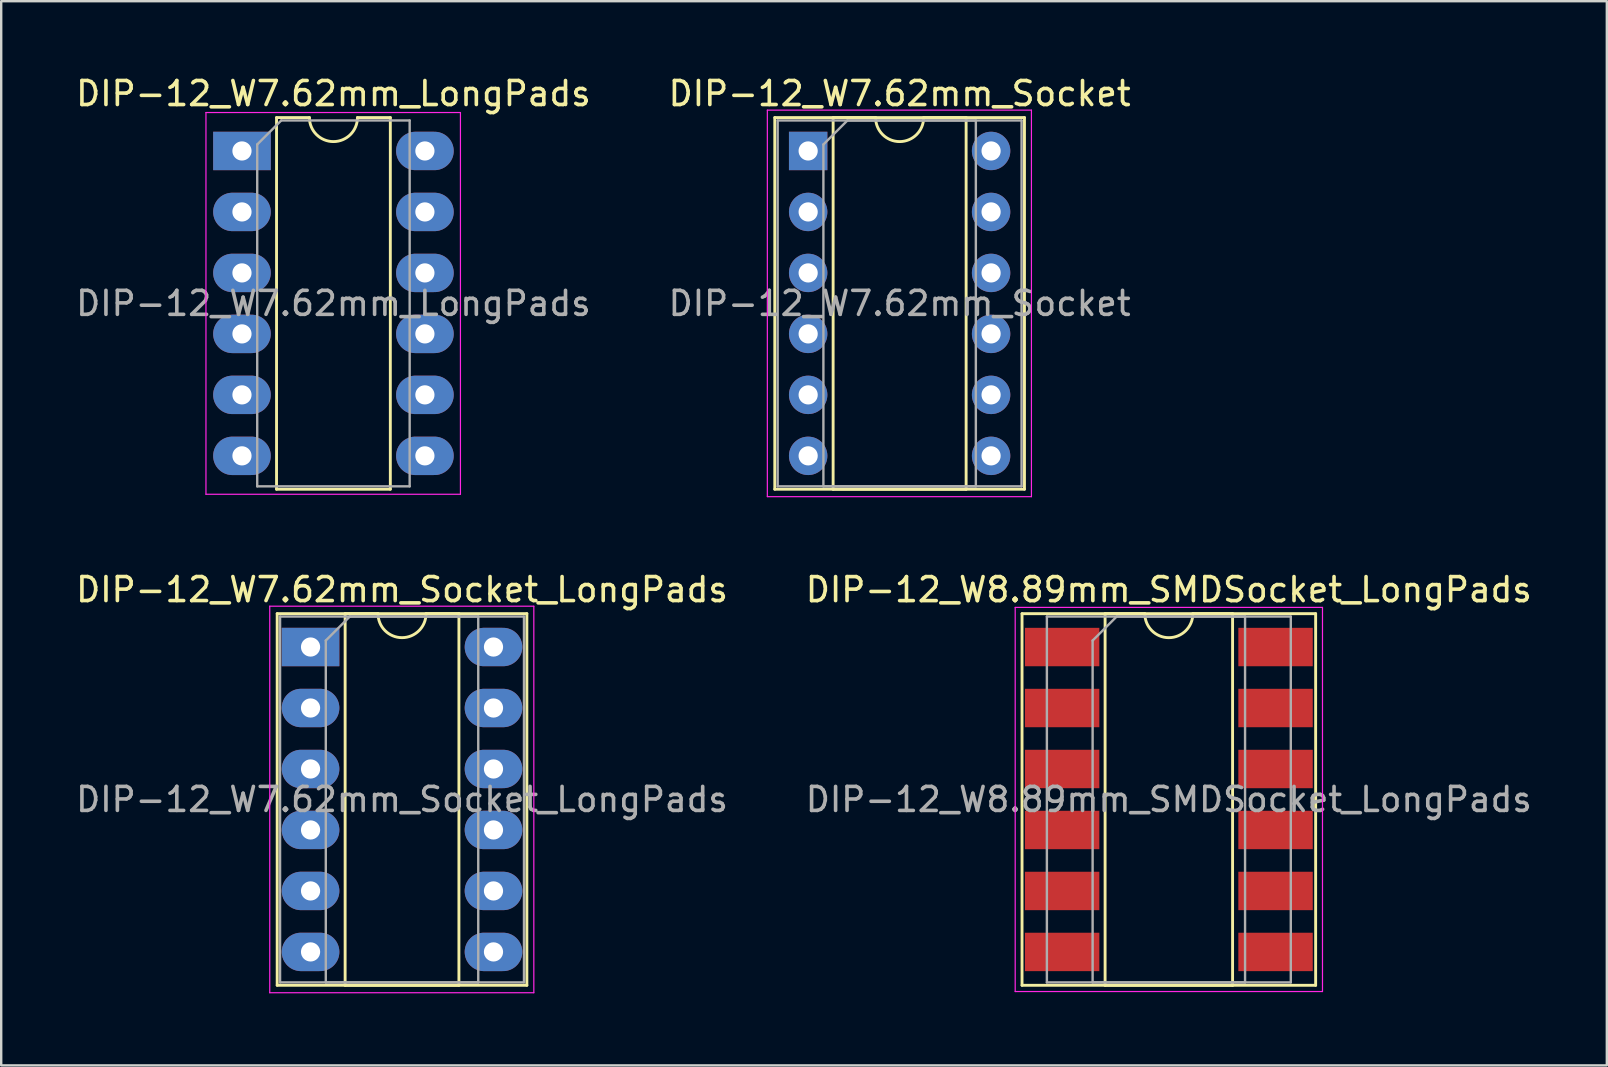
<source format=kicad_pcb>
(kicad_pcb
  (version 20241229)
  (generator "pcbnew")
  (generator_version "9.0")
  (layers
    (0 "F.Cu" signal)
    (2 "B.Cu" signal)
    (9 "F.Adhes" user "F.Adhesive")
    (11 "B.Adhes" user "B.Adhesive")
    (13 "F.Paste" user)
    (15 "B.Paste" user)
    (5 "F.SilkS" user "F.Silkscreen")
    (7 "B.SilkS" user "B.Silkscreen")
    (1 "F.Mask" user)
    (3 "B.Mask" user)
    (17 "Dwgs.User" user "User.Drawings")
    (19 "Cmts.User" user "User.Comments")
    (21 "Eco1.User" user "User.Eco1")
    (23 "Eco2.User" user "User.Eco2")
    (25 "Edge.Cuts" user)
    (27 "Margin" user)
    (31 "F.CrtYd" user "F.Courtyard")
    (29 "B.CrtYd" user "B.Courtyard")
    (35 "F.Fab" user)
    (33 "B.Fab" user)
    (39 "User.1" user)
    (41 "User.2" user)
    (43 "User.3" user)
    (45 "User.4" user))
  (footprint "DIP-12_W7.62mm_Socket"
    (layer "F.Cu")
    (at 30.613 3.238)
    (property "Reference" "DIP-12_W7.62mm_Socket" (at 3.81 -2.39 0) (layer "F.SilkS") (effects (font (size 1 1) (thickness 0.15))))
    (attr through_hole)
    (fp_line (start -1.39 -1.39) (end -1.39 14.09) (stroke (width 0.12) (type solid)) (layer "F.SilkS"))
    (fp_line (start -1.39 14.09) (end 9.01 14.09) (stroke (width 0.12) (type solid)) (layer "F.SilkS"))
    (fp_line (start 1.04 -1.39) (end 1.04 14.09) (stroke (width 0.12) (type solid)) (layer "F.SilkS"))
    (fp_line (start 1.04 14.09) (end 6.58 14.09) (stroke (width 0.12) (type solid)) (layer "F.SilkS"))
    (fp_line (start 2.81 -1.39) (end 1.04 -1.39) (stroke (width 0.12) (type solid)) (layer "F.SilkS"))
    (fp_line (start 6.58 -1.39) (end 4.81 -1.39) (stroke (width 0.12) (type solid)) (layer "F.SilkS"))
    (fp_line (start 6.58 14.09) (end 6.58 -1.39) (stroke (width 0.12) (type solid)) (layer "F.SilkS"))
    (fp_line (start 9.01 -1.39) (end -1.39 -1.39) (stroke (width 0.12) (type solid)) (layer "F.SilkS"))
    (fp_line (start 9.01 14.09) (end 9.01 -1.39) (stroke (width 0.12) (type solid)) (layer "F.SilkS"))
    (fp_arc (start 4.81 -1.39) (mid 3.81 -0.39) (end 2.81 -1.39) (stroke (width 0.12) (type solid)) (layer "F.SilkS"))
    (fp_line (start -1.7 -1.7) (end -1.7 14.4) (stroke (width 0.05) (type solid)) (layer "F.CrtYd"))
    (fp_line (start -1.7 14.4) (end 9.3 14.4) (stroke (width 0.05) (type solid)) (layer "F.CrtYd"))
    (fp_line (start 9.3 -1.7) (end -1.7 -1.7) (stroke (width 0.05) (type solid)) (layer "F.CrtYd"))
    (fp_line (start 9.3 14.4) (end 9.3 -1.7) (stroke (width 0.05) (type solid)) (layer "F.CrtYd"))
    (fp_line (start -1.27 -1.27) (end -1.27 13.97) (stroke (width 0.1) (type solid)) (layer "F.Fab"))
    (fp_line (start -1.27 13.97) (end 8.89 13.97) (stroke (width 0.1) (type solid)) (layer "F.Fab"))
    (fp_line (start 0.635 -0.27) (end 1.635 -1.27) (stroke (width 0.1) (type solid)) (layer "F.Fab"))
    (fp_line (start 0.635 13.97) (end 0.635 -0.27) (stroke (width 0.1) (type solid)) (layer "F.Fab"))
    (fp_line (start 1.635 -1.27) (end 6.985 -1.27) (stroke (width 0.1) (type solid)) (layer "F.Fab"))
    (fp_line (start 6.985 -1.27) (end 6.985 13.97) (stroke (width 0.1) (type solid)) (layer "F.Fab"))
    (fp_line (start 6.985 13.97) (end 0.635 13.97) (stroke (width 0.1) (type solid)) (layer "F.Fab"))
    (fp_line (start 8.89 -1.27) (end -1.27 -1.27) (stroke (width 0.1) (type solid)) (layer "F.Fab"))
    (fp_line (start 8.89 13.97) (end 8.89 -1.27) (stroke (width 0.1) (type solid)) (layer "F.Fab"))
    (fp_text user "${REFERENCE}" (at 3.81 6.35 0) (layer "F.Fab") (effects (font (size 1 1) (thickness 0.15))))
    (pad "1" thru_hole rect (at 0 0) (size 1.6 1.6) (drill 0.8) (layers "*.Cu" "*.Mask"))
    (pad "2" thru_hole oval (at 0 2.54) (size 1.6 1.6) (drill 0.8) (layers "*.Cu" "*.Mask"))
    (pad "3" thru_hole oval (at 0 5.08) (size 1.6 1.6) (drill 0.8) (layers "*.Cu" "*.Mask"))
    (pad "4" thru_hole oval (at 0 7.62) (size 1.6 1.6) (drill 0.8) (layers "*.Cu" "*.Mask"))
    (pad "5" thru_hole oval (at 0 10.16) (size 1.6 1.6) (drill 0.8) (layers "*.Cu" "*.Mask"))
    (pad "6" thru_hole oval (at 0 12.7) (size 1.6 1.6) (drill 0.8) (layers "*.Cu" "*.Mask"))
    (pad "7" thru_hole oval (at 7.62 12.7) (size 1.6 1.6) (drill 0.8) (layers "*.Cu" "*.Mask"))
    (pad "8" thru_hole oval (at 7.62 10.16) (size 1.6 1.6) (drill 0.8) (layers "*.Cu" "*.Mask"))
    (pad "9" thru_hole oval (at 7.62 7.62) (size 1.6 1.6) (drill 0.8) (layers "*.Cu" "*.Mask"))
    (pad "10" thru_hole oval (at 7.62 5.08) (size 1.6 1.6) (drill 0.8) (layers "*.Cu" "*.Mask"))
    (pad "11" thru_hole oval (at 7.62 2.54) (size 1.6 1.6) (drill 0.8) (layers "*.Cu" "*.Mask"))
    (pad "12" thru_hole oval (at 7.62 0) (size 1.6 1.6) (drill 0.8) (layers "*.Cu" "*.Mask")))
  (footprint "DIP-12_W8.89mm_SMDSocket_LongPads"
    (layer "F.Cu")
    (at 45.637 30.252)
    (property "Reference" "DIP-12_W8.89mm_SMDSocket_LongPads" (at 0 -8.74 0) (layer "F.SilkS") (effects (font (size 1 1) (thickness 0.15))))
    (attr smd)
    (fp_line (start -6.115 -7.74) (end -6.115 7.74) (stroke (width 0.12) (type solid)) (layer "F.SilkS"))
    (fp_line (start -6.115 7.74) (end 6.115 7.74) (stroke (width 0.12) (type solid)) (layer "F.SilkS"))
    (fp_line (start -2.655 -7.74) (end -2.655 7.74) (stroke (width 0.12) (type solid)) (layer "F.SilkS"))
    (fp_line (start -2.655 7.74) (end 2.655 7.74) (stroke (width 0.12) (type solid)) (layer "F.SilkS"))
    (fp_line (start -1 -7.74) (end -2.655 -7.74) (stroke (width 0.12) (type solid)) (layer "F.SilkS"))
    (fp_line (start 2.655 -7.74) (end 1 -7.74) (stroke (width 0.12) (type solid)) (layer "F.SilkS"))
    (fp_line (start 2.655 7.74) (end 2.655 -7.74) (stroke (width 0.12) (type solid)) (layer "F.SilkS"))
    (fp_line (start 6.115 -7.74) (end -6.115 -7.74) (stroke (width 0.12) (type solid)) (layer "F.SilkS"))
    (fp_line (start 6.115 7.74) (end 6.115 -7.74) (stroke (width 0.12) (type solid)) (layer "F.SilkS"))
    (fp_arc (start 1 -7.74) (mid 0 -6.74) (end -1 -7.74) (stroke (width 0.12) (type solid)) (layer "F.SilkS"))
    (fp_line (start -6.4 -8) (end -6.4 8) (stroke (width 0.05) (type solid)) (layer "F.CrtYd"))
    (fp_line (start -6.4 8) (end 6.4 8) (stroke (width 0.05) (type solid)) (layer "F.CrtYd"))
    (fp_line (start 6.4 -8) (end -6.4 -8) (stroke (width 0.05) (type solid)) (layer "F.CrtYd"))
    (fp_line (start 6.4 8) (end 6.4 -8) (stroke (width 0.05) (type solid)) (layer "F.CrtYd"))
    (fp_line (start -5.08 -7.62) (end -5.08 7.62) (stroke (width 0.1) (type solid)) (layer "F.Fab"))
    (fp_line (start -5.08 7.62) (end 5.08 7.62) (stroke (width 0.1) (type solid)) (layer "F.Fab"))
    (fp_line (start -3.175 -6.62) (end -2.175 -7.62) (stroke (width 0.1) (type solid)) (layer "F.Fab"))
    (fp_line (start -3.175 7.62) (end -3.175 -6.62) (stroke (width 0.1) (type solid)) (layer "F.Fab"))
    (fp_line (start -2.175 -7.62) (end 3.175 -7.62) (stroke (width 0.1) (type solid)) (layer "F.Fab"))
    (fp_line (start 3.175 -7.62) (end 3.175 7.62) (stroke (width 0.1) (type solid)) (layer "F.Fab"))
    (fp_line (start 3.175 7.62) (end -3.175 7.62) (stroke (width 0.1) (type solid)) (layer "F.Fab"))
    (fp_line (start 5.08 -7.62) (end -5.08 -7.62) (stroke (width 0.1) (type solid)) (layer "F.Fab"))
    (fp_line (start 5.08 7.62) (end 5.08 -7.62) (stroke (width 0.1) (type solid)) (layer "F.Fab"))
    (fp_text user "${REFERENCE}" (at 0 0 0) (layer "F.Fab") (effects (font (size 1 1) (thickness 0.15))))
    (pad "1" smd rect (at -4.445 -6.35) (size 3.1 1.6) (layers "F.Cu" "F.Mask" "F.Paste"))
    (pad "2" smd rect (at -4.445 -3.81) (size 3.1 1.6) (layers "F.Cu" "F.Mask" "F.Paste"))
    (pad "3" smd rect (at -4.445 -1.27) (size 3.1 1.6) (layers "F.Cu" "F.Mask" "F.Paste"))
    (pad "4" smd rect (at -4.445 1.27) (size 3.1 1.6) (layers "F.Cu" "F.Mask" "F.Paste"))
    (pad "5" smd rect (at -4.445 3.81) (size 3.1 1.6) (layers "F.Cu" "F.Mask" "F.Paste"))
    (pad "6" smd rect (at -4.445 6.35) (size 3.1 1.6) (layers "F.Cu" "F.Mask" "F.Paste"))
    (pad "7" smd rect (at 4.445 6.35) (size 3.1 1.6) (layers "F.Cu" "F.Mask" "F.Paste"))
    (pad "8" smd rect (at 4.445 3.81) (size 3.1 1.6) (layers "F.Cu" "F.Mask" "F.Paste"))
    (pad "9" smd rect (at 4.445 1.27) (size 3.1 1.6) (layers "F.Cu" "F.Mask" "F.Paste"))
    (pad "10" smd rect (at 4.445 -1.27) (size 3.1 1.6) (layers "F.Cu" "F.Mask" "F.Paste"))
    (pad "11" smd rect (at 4.445 -3.81) (size 3.1 1.6) (layers "F.Cu" "F.Mask" "F.Paste"))
    (pad "12" smd rect (at 4.445 -6.35) (size 3.1 1.6) (layers "F.Cu" "F.Mask" "F.Paste")))
  (footprint "DIP-12_W7.62mm_LongPads"
    (layer "F.Cu")
    (at 7.029 3.238)
    (property "Reference" "DIP-12_W7.62mm_LongPads" (at 3.81 -2.39 0) (layer "F.SilkS") (effects (font (size 1 1) (thickness 0.15))))
    (attr through_hole)
    (fp_line (start 1.44 -1.39) (end 1.44 14.09) (stroke (width 0.12) (type solid)) (layer "F.SilkS"))
    (fp_line (start 1.44 14.09) (end 6.18 14.09) (stroke (width 0.12) (type solid)) (layer "F.SilkS"))
    (fp_line (start 2.81 -1.39) (end 1.44 -1.39) (stroke (width 0.12) (type solid)) (layer "F.SilkS"))
    (fp_line (start 6.18 -1.39) (end 4.81 -1.39) (stroke (width 0.12) (type solid)) (layer "F.SilkS"))
    (fp_line (start 6.18 14.09) (end 6.18 -1.39) (stroke (width 0.12) (type solid)) (layer "F.SilkS"))
    (fp_arc (start 4.81 -1.39) (mid 3.81 -0.39) (end 2.81 -1.39) (stroke (width 0.12) (type solid)) (layer "F.SilkS"))
    (fp_line (start -1.5 -1.6) (end -1.5 14.3) (stroke (width 0.05) (type solid)) (layer "F.CrtYd"))
    (fp_line (start -1.5 14.3) (end 9.1 14.3) (stroke (width 0.05) (type solid)) (layer "F.CrtYd"))
    (fp_line (start 9.1 -1.6) (end -1.5 -1.6) (stroke (width 0.05) (type solid)) (layer "F.CrtYd"))
    (fp_line (start 9.1 14.3) (end 9.1 -1.6) (stroke (width 0.05) (type solid)) (layer "F.CrtYd"))
    (fp_line (start 0.635 -0.27) (end 1.635 -1.27) (stroke (width 0.1) (type solid)) (layer "F.Fab"))
    (fp_line (start 0.635 13.97) (end 0.635 -0.27) (stroke (width 0.1) (type solid)) (layer "F.Fab"))
    (fp_line (start 1.635 -1.27) (end 6.985 -1.27) (stroke (width 0.1) (type solid)) (layer "F.Fab"))
    (fp_line (start 6.985 -1.27) (end 6.985 13.97) (stroke (width 0.1) (type solid)) (layer "F.Fab"))
    (fp_line (start 6.985 13.97) (end 0.635 13.97) (stroke (width 0.1) (type solid)) (layer "F.Fab"))
    (fp_text user "${REFERENCE}" (at 3.81 6.35 0) (layer "F.Fab") (effects (font (size 1 1) (thickness 0.15))))
    (pad "1" thru_hole rect (at 0 0) (size 2.4 1.6) (drill 0.8) (layers "*.Cu" "*.Mask"))
    (pad "2" thru_hole oval (at 0 2.54) (size 2.4 1.6) (drill 0.8) (layers "*.Cu" "*.Mask"))
    (pad "3" thru_hole oval (at 0 5.08) (size 2.4 1.6) (drill 0.8) (layers "*.Cu" "*.Mask"))
    (pad "4" thru_hole oval (at 0 7.62) (size 2.4 1.6) (drill 0.8) (layers "*.Cu" "*.Mask"))
    (pad "5" thru_hole oval (at 0 10.16) (size 2.4 1.6) (drill 0.8) (layers "*.Cu" "*.Mask"))
    (pad "6" thru_hole oval (at 0 12.7) (size 2.4 1.6) (drill 0.8) (layers "*.Cu" "*.Mask"))
    (pad "7" thru_hole oval (at 7.62 12.7) (size 2.4 1.6) (drill 0.8) (layers "*.Cu" "*.Mask"))
    (pad "8" thru_hole oval (at 7.62 10.16) (size 2.4 1.6) (drill 0.8) (layers "*.Cu" "*.Mask"))
    (pad "9" thru_hole oval (at 7.62 7.62) (size 2.4 1.6) (drill 0.8) (layers "*.Cu" "*.Mask"))
    (pad "10" thru_hole oval (at 7.62 5.08) (size 2.4 1.6) (drill 0.8) (layers "*.Cu" "*.Mask"))
    (pad "11" thru_hole oval (at 7.62 2.54) (size 2.4 1.6) (drill 0.8) (layers "*.Cu" "*.Mask"))
    (pad "12" thru_hole oval (at 7.62 0) (size 2.4 1.6) (drill 0.8) (layers "*.Cu" "*.Mask")))
  (footprint "DIP-12_W7.62mm_Socket_LongPads"
    (layer "F.Cu")
    (at 9.886 23.901)
    (property "Reference" "DIP-12_W7.62mm_Socket_LongPads" (at 3.81 -2.39 0) (layer "F.SilkS") (effects (font (size 1 1) (thickness 0.15))))
    (attr through_hole)
    (fp_line (start -1.39 -1.39) (end -1.39 14.09) (stroke (width 0.12) (type solid)) (layer "F.SilkS"))
    (fp_line (start -1.39 14.09) (end 9.01 14.09) (stroke (width 0.12) (type solid)) (layer "F.SilkS"))
    (fp_line (start 1.44 -1.39) (end 1.44 14.09) (stroke (width 0.12) (type solid)) (layer "F.SilkS"))
    (fp_line (start 1.44 14.09) (end 6.18 14.09) (stroke (width 0.12) (type solid)) (layer "F.SilkS"))
    (fp_line (start 2.81 -1.39) (end 1.44 -1.39) (stroke (width 0.12) (type solid)) (layer "F.SilkS"))
    (fp_line (start 6.18 -1.39) (end 4.81 -1.39) (stroke (width 0.12) (type solid)) (layer "F.SilkS"))
    (fp_line (start 6.18 14.09) (end 6.18 -1.39) (stroke (width 0.12) (type solid)) (layer "F.SilkS"))
    (fp_line (start 9.01 -1.39) (end -1.39 -1.39) (stroke (width 0.12) (type solid)) (layer "F.SilkS"))
    (fp_line (start 9.01 14.09) (end 9.01 -1.39) (stroke (width 0.12) (type solid)) (layer "F.SilkS"))
    (fp_arc (start 4.81 -1.39) (mid 3.81 -0.39) (end 2.81 -1.39) (stroke (width 0.12) (type solid)) (layer "F.SilkS"))
    (fp_line (start -1.7 -1.7) (end -1.7 14.4) (stroke (width 0.05) (type solid)) (layer "F.CrtYd"))
    (fp_line (start -1.7 14.4) (end 9.3 14.4) (stroke (width 0.05) (type solid)) (layer "F.CrtYd"))
    (fp_line (start 9.3 -1.7) (end -1.7 -1.7) (stroke (width 0.05) (type solid)) (layer "F.CrtYd"))
    (fp_line (start 9.3 14.4) (end 9.3 -1.7) (stroke (width 0.05) (type solid)) (layer "F.CrtYd"))
    (fp_line (start -1.27 -1.27) (end -1.27 13.97) (stroke (width 0.1) (type solid)) (layer "F.Fab"))
    (fp_line (start -1.27 13.97) (end 8.89 13.97) (stroke (width 0.1) (type solid)) (layer "F.Fab"))
    (fp_line (start 0.635 -0.27) (end 1.635 -1.27) (stroke (width 0.1) (type solid)) (layer "F.Fab"))
    (fp_line (start 0.635 13.97) (end 0.635 -0.27) (stroke (width 0.1) (type solid)) (layer "F.Fab"))
    (fp_line (start 1.635 -1.27) (end 6.985 -1.27) (stroke (width 0.1) (type solid)) (layer "F.Fab"))
    (fp_line (start 6.985 -1.27) (end 6.985 13.97) (stroke (width 0.1) (type solid)) (layer "F.Fab"))
    (fp_line (start 6.985 13.97) (end 0.635 13.97) (stroke (width 0.1) (type solid)) (layer "F.Fab"))
    (fp_line (start 8.89 -1.27) (end -1.27 -1.27) (stroke (width 0.1) (type solid)) (layer "F.Fab"))
    (fp_line (start 8.89 13.97) (end 8.89 -1.27) (stroke (width 0.1) (type solid)) (layer "F.Fab"))
    (fp_text user "${REFERENCE}" (at 3.81 6.35 0) (layer "F.Fab") (effects (font (size 1 1) (thickness 0.15))))
    (pad "1" thru_hole rect (at 0 0) (size 2.4 1.6) (drill 0.8) (layers "*.Cu" "*.Mask"))
    (pad "2" thru_hole oval (at 0 2.54) (size 2.4 1.6) (drill 0.8) (layers "*.Cu" "*.Mask"))
    (pad "3" thru_hole oval (at 0 5.08) (size 2.4 1.6) (drill 0.8) (layers "*.Cu" "*.Mask"))
    (pad "4" thru_hole oval (at 0 7.62) (size 2.4 1.6) (drill 0.8) (layers "*.Cu" "*.Mask"))
    (pad "5" thru_hole oval (at 0 10.16) (size 2.4 1.6) (drill 0.8) (layers "*.Cu" "*.Mask"))
    (pad "6" thru_hole oval (at 0 12.7) (size 2.4 1.6) (drill 0.8) (layers "*.Cu" "*.Mask"))
    (pad "7" thru_hole oval (at 7.62 12.7) (size 2.4 1.6) (drill 0.8) (layers "*.Cu" "*.Mask"))
    (pad "8" thru_hole oval (at 7.62 10.16) (size 2.4 1.6) (drill 0.8) (layers "*.Cu" "*.Mask"))
    (pad "9" thru_hole oval (at 7.62 7.62) (size 2.4 1.6) (drill 0.8) (layers "*.Cu" "*.Mask"))
    (pad "10" thru_hole oval (at 7.62 5.08) (size 2.4 1.6) (drill 0.8) (layers "*.Cu" "*.Mask"))
    (pad "11" thru_hole oval (at 7.62 2.54) (size 2.4 1.6) (drill 0.8) (layers "*.Cu" "*.Mask"))
    (pad "12" thru_hole oval (at 7.62 0) (size 2.4 1.6) (drill 0.8) (layers "*.Cu" "*.Mask")))
  (gr_rect
    (start -3 -3)
    (end 63.881 41.327)
    (stroke (width 0.1) (type default))
    (fill no)
    (layer "Edge.Cuts")))
</source>
